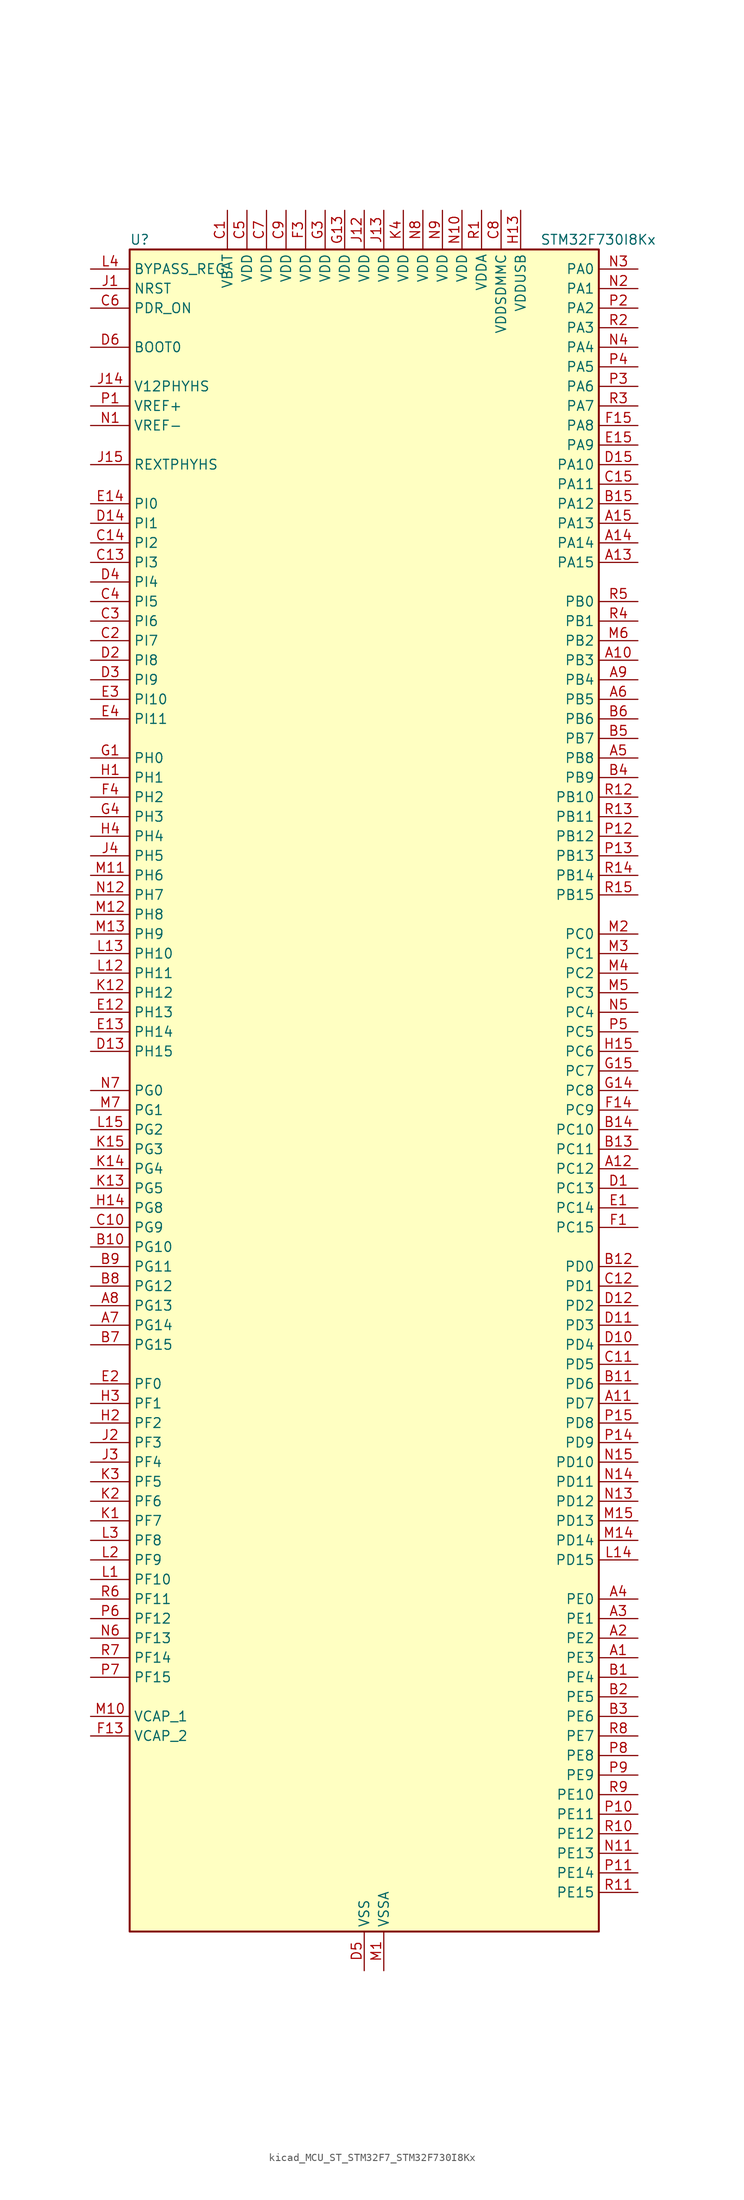
<source format=kicad_sym>
(kicad_symbol_lib
  (version 20220914)
  (generator kicad_symbol_editor)
  (symbol "kicad_MCU_ST_STM32F7_STM32F730I8Kx"
    (property "Reference" "U"
      (at -30.48 110.49 0)
      (effects (font (size 1.27 1.27)) (justify left)))
    (property "Value" "STM32F730I8Kx"
      (at 22.86 110.49 0)
      (effects (font (size 1.27 1.27)) (justify left)))
    (property "ki_locked" ""
      (at 0 0 0)
      (effects (font (size 1.27 1.27))))
    (symbol "kicad_MCU_ST_STM32F7_STM32F730I8Kx_0_1"
      (rectangle (start -30.48 -109.22) (end 30.48 109.22) (stroke (width 0.254) (type default)) (fill (type background))))
    (symbol "kicad_MCU_ST_STM32F7_STM32F730I8Kx_1_1"
      (pin bidirectional line (at 35.56 -73.66 180) (length 5.08) (name "PE3" (effects (font (size 1.27 1.27)))) (number "A1" (effects (font (size 1.27 1.27)))) (alternate "FMC_A19" bidirectional line) (alternate "SAI1_SD_B" bidirectional line) (alternate "SYS_TRACED0" bidirectional line))
      (pin bidirectional line (at 35.56 55.88 180) (length 5.08) (name "PB3" (effects (font (size 1.27 1.27)))) (number "A10" (effects (font (size 1.27 1.27)))) (alternate "I2S1_CK" bidirectional line) (alternate "I2S3_CK" bidirectional line) (alternate "SDMMC2_D2" bidirectional line) (alternate "SPI1_SCK" bidirectional line) (alternate "SPI3_SCK" bidirectional line) (alternate "SYS_JTDO-SWO" bidirectional line) (alternate "TIM2_CH2" bidirectional line))
      (pin bidirectional line (at 35.56 -40.64 180) (length 5.08) (name "PD7" (effects (font (size 1.27 1.27)))) (number "A11" (effects (font (size 1.27 1.27)))) (alternate "FMC_NE1" bidirectional line) (alternate "SDMMC2_CMD" bidirectional line) (alternate "USART2_CK" bidirectional line))
      (pin bidirectional line (at 35.56 -10.16 180) (length 5.08) (name "PC12" (effects (font (size 1.27 1.27)))) (number "A12" (effects (font (size 1.27 1.27)))) (alternate "I2S3_SD" bidirectional line) (alternate "SDMMC1_CK" bidirectional line) (alternate "SPI3_MOSI" bidirectional line) (alternate "SYS_TRACED3" bidirectional line) (alternate "UART5_TX" bidirectional line) (alternate "USART3_CK" bidirectional line))
      (pin bidirectional line (at 35.56 68.58 180) (length 5.08) (name "PA15" (effects (font (size 1.27 1.27)))) (number "A13" (effects (font (size 1.27 1.27)))) (alternate "I2S1_WS" bidirectional line) (alternate "I2S3_WS" bidirectional line) (alternate "SPI1_NSS" bidirectional line) (alternate "SPI3_NSS" bidirectional line) (alternate "SYS_JTDI" bidirectional line) (alternate "TIM2_CH1" bidirectional line) (alternate "TIM2_ETR" bidirectional line) (alternate "UART4_DE" bidirectional line) (alternate "UART4_RTS" bidirectional line))
      (pin bidirectional line (at 35.56 71.12 180) (length 5.08) (name "PA14" (effects (font (size 1.27 1.27)))) (number "A14" (effects (font (size 1.27 1.27)))) (alternate "SYS_JTCK-SWCLK" bidirectional line))
      (pin bidirectional line (at 35.56 73.66 180) (length 5.08) (name "PA13" (effects (font (size 1.27 1.27)))) (number "A15" (effects (font (size 1.27 1.27)))) (alternate "SYS_JTMS-SWDIO" bidirectional line))
      (pin bidirectional line (at 35.56 -71.12 180) (length 5.08) (name "PE2" (effects (font (size 1.27 1.27)))) (number "A2" (effects (font (size 1.27 1.27)))) (alternate "FMC_A23" bidirectional line) (alternate "QUADSPI_BK1_IO2" bidirectional line) (alternate "SAI1_MCLK_A" bidirectional line) (alternate "SPI4_SCK" bidirectional line) (alternate "SYS_TRACECLK" bidirectional line))
      (pin bidirectional line (at 35.56 -68.58 180) (length 5.08) (name "PE1" (effects (font (size 1.27 1.27)))) (number "A3" (effects (font (size 1.27 1.27)))) (alternate "FMC_NBL1" bidirectional line) (alternate "LPTIM1_IN2" bidirectional line) (alternate "UART8_TX" bidirectional line))
      (pin bidirectional line (at 35.56 -66.04 180) (length 5.08) (name "PE0" (effects (font (size 1.27 1.27)))) (number "A4" (effects (font (size 1.27 1.27)))) (alternate "FMC_NBL0" bidirectional line) (alternate "LPTIM1_ETR" bidirectional line) (alternate "SAI2_MCLK_A" bidirectional line) (alternate "TIM4_ETR" bidirectional line) (alternate "UART8_RX" bidirectional line))
      (pin bidirectional line (at 35.56 43.18 180) (length 5.08) (name "PB8" (effects (font (size 1.27 1.27)))) (number "A5" (effects (font (size 1.27 1.27)))) (alternate "CAN1_RX" bidirectional line) (alternate "I2C1_SCL" bidirectional line) (alternate "SDMMC1_D4" bidirectional line) (alternate "SDMMC2_D4" bidirectional line) (alternate "TIM10_CH1" bidirectional line) (alternate "TIM4_CH3" bidirectional line))
      (pin bidirectional line (at 35.56 50.8 180) (length 5.08) (name "PB5" (effects (font (size 1.27 1.27)))) (number "A6" (effects (font (size 1.27 1.27)))) (alternate "FMC_SDCKE1" bidirectional line) (alternate "I2C1_SMBA" bidirectional line) (alternate "I2S1_SD" bidirectional line) (alternate "I2S3_SD" bidirectional line) (alternate "SPI1_MOSI" bidirectional line) (alternate "SPI3_MOSI" bidirectional line) (alternate "TIM3_CH2" bidirectional line))
      (pin bidirectional line (at -35.56 -30.48 0) (length 5.08) (name "PG14" (effects (font (size 1.27 1.27)))) (number "A7" (effects (font (size 1.27 1.27)))) (alternate "FMC_A25" bidirectional line) (alternate "LPTIM1_ETR" bidirectional line) (alternate "QUADSPI_BK2_IO3" bidirectional line) (alternate "SYS_TRACED1" bidirectional line) (alternate "USART6_TX" bidirectional line))
      (pin bidirectional line (at -35.56 -27.94 0) (length 5.08) (name "PG13" (effects (font (size 1.27 1.27)))) (number "A8" (effects (font (size 1.27 1.27)))) (alternate "FMC_A24" bidirectional line) (alternate "LPTIM1_OUT" bidirectional line) (alternate "SYS_TRACED0" bidirectional line) (alternate "USART6_CTS" bidirectional line))
      (pin bidirectional line (at 35.56 53.34 180) (length 5.08) (name "PB4" (effects (font (size 1.27 1.27)))) (number "A9" (effects (font (size 1.27 1.27)))) (alternate "I2S2_WS" bidirectional line) (alternate "SDMMC2_D3" bidirectional line) (alternate "SPI1_MISO" bidirectional line) (alternate "SPI2_NSS" bidirectional line) (alternate "SPI3_MISO" bidirectional line) (alternate "SYS_JTRST" bidirectional line) (alternate "TIM3_CH1" bidirectional line))
      (pin bidirectional line (at 35.56 -76.2 180) (length 5.08) (name "PE4" (effects (font (size 1.27 1.27)))) (number "B1" (effects (font (size 1.27 1.27)))) (alternate "FMC_A20" bidirectional line) (alternate "SAI1_FS_A" bidirectional line) (alternate "SPI4_NSS" bidirectional line) (alternate "SYS_TRACED1" bidirectional line))
      (pin bidirectional line (at -35.56 -20.32 0) (length 5.08) (name "PG10" (effects (font (size 1.27 1.27)))) (number "B10" (effects (font (size 1.27 1.27)))) (alternate "FMC_NE3" bidirectional line) (alternate "SAI2_SD_B" bidirectional line) (alternate "SDMMC2_D1" bidirectional line))
      (pin bidirectional line (at 35.56 -38.1 180) (length 5.08) (name "PD6" (effects (font (size 1.27 1.27)))) (number "B11" (effects (font (size 1.27 1.27)))) (alternate "FMC_NWAIT" bidirectional line) (alternate "I2S3_SD" bidirectional line) (alternate "SAI1_SD_A" bidirectional line) (alternate "SDMMC2_CK" bidirectional line) (alternate "SPI3_MOSI" bidirectional line) (alternate "USART2_RX" bidirectional line))
      (pin bidirectional line (at 35.56 -22.86 180) (length 5.08) (name "PD0" (effects (font (size 1.27 1.27)))) (number "B12" (effects (font (size 1.27 1.27)))) (alternate "CAN1_RX" bidirectional line) (alternate "FMC_D2" bidirectional line) (alternate "FMC_DA2" bidirectional line))
      (pin bidirectional line (at 35.56 -7.62 180) (length 5.08) (name "PC11" (effects (font (size 1.27 1.27)))) (number "B13" (effects (font (size 1.27 1.27)))) (alternate "ADC1_EXTI11" bidirectional line) (alternate "ADC2_EXTI11" bidirectional line) (alternate "ADC3_EXTI11" bidirectional line) (alternate "QUADSPI_BK2_NCS" bidirectional line) (alternate "SDMMC1_D3" bidirectional line) (alternate "SPI3_MISO" bidirectional line) (alternate "UART4_RX" bidirectional line) (alternate "USART3_RX" bidirectional line))
      (pin bidirectional line (at 35.56 -5.08 180) (length 5.08) (name "PC10" (effects (font (size 1.27 1.27)))) (number "B14" (effects (font (size 1.27 1.27)))) (alternate "I2S3_CK" bidirectional line) (alternate "QUADSPI_BK1_IO1" bidirectional line) (alternate "SDMMC1_D2" bidirectional line) (alternate "SPI3_SCK" bidirectional line) (alternate "UART4_TX" bidirectional line) (alternate "USART3_TX" bidirectional line))
      (pin bidirectional line (at 35.56 76.2 180) (length 5.08) (name "PA12" (effects (font (size 1.27 1.27)))) (number "B15" (effects (font (size 1.27 1.27)))) (alternate "CAN1_TX" bidirectional line) (alternate "SAI2_FS_B" bidirectional line) (alternate "TIM1_ETR" bidirectional line) (alternate "USART1_DE" bidirectional line) (alternate "USART1_RTS" bidirectional line) (alternate "USB_OTG_FS_DP" bidirectional line))
      (pin bidirectional line (at 35.56 -78.74 180) (length 5.08) (name "PE5" (effects (font (size 1.27 1.27)))) (number "B2" (effects (font (size 1.27 1.27)))) (alternate "FMC_A21" bidirectional line) (alternate "SAI1_SCK_A" bidirectional line) (alternate "SPI4_MISO" bidirectional line) (alternate "SYS_TRACED2" bidirectional line) (alternate "TIM9_CH1" bidirectional line))
      (pin bidirectional line (at 35.56 -81.28 180) (length 5.08) (name "PE6" (effects (font (size 1.27 1.27)))) (number "B3" (effects (font (size 1.27 1.27)))) (alternate "FMC_A22" bidirectional line) (alternate "SAI1_SD_A" bidirectional line) (alternate "SAI2_MCLK_B" bidirectional line) (alternate "SPI4_MOSI" bidirectional line) (alternate "SYS_TRACED3" bidirectional line) (alternate "TIM1_BKIN2" bidirectional line) (alternate "TIM9_CH2" bidirectional line))
      (pin bidirectional line (at 35.56 40.64 180) (length 5.08) (name "PB9" (effects (font (size 1.27 1.27)))) (number "B4" (effects (font (size 1.27 1.27)))) (alternate "CAN1_TX" bidirectional line) (alternate "DAC_EXTI9" bidirectional line) (alternate "I2C1_SDA" bidirectional line) (alternate "I2S2_WS" bidirectional line) (alternate "SDMMC1_D5" bidirectional line) (alternate "SDMMC2_D5" bidirectional line) (alternate "SPI2_NSS" bidirectional line) (alternate "TIM11_CH1" bidirectional line) (alternate "TIM4_CH4" bidirectional line))
      (pin bidirectional line (at 35.56 45.72 180) (length 5.08) (name "PB7" (effects (font (size 1.27 1.27)))) (number "B5" (effects (font (size 1.27 1.27)))) (alternate "FMC_NL" bidirectional line) (alternate "I2C1_SDA" bidirectional line) (alternate "TIM4_CH2" bidirectional line) (alternate "USART1_RX" bidirectional line))
      (pin bidirectional line (at 35.56 48.26 180) (length 5.08) (name "PB6" (effects (font (size 1.27 1.27)))) (number "B6" (effects (font (size 1.27 1.27)))) (alternate "FMC_SDNE1" bidirectional line) (alternate "I2C1_SCL" bidirectional line) (alternate "QUADSPI_BK1_NCS" bidirectional line) (alternate "TIM4_CH1" bidirectional line) (alternate "USART1_TX" bidirectional line))
      (pin bidirectional line (at -35.56 -33.02 0) (length 5.08) (name "PG15" (effects (font (size 1.27 1.27)))) (number "B7" (effects (font (size 1.27 1.27)))) (alternate "FMC_SDNCAS" bidirectional line) (alternate "USART6_CTS" bidirectional line))
      (pin bidirectional line (at -35.56 -25.4 0) (length 5.08) (name "PG12" (effects (font (size 1.27 1.27)))) (number "B8" (effects (font (size 1.27 1.27)))) (alternate "FMC_NE4" bidirectional line) (alternate "LPTIM1_IN1" bidirectional line) (alternate "SDMMC2_D3" bidirectional line) (alternate "USART6_DE" bidirectional line) (alternate "USART6_RTS" bidirectional line))
      (pin bidirectional line (at -35.56 -22.86 0) (length 5.08) (name "PG11" (effects (font (size 1.27 1.27)))) (number "B9" (effects (font (size 1.27 1.27)))) (alternate "ADC1_EXTI11" bidirectional line) (alternate "ADC2_EXTI11" bidirectional line) (alternate "ADC3_EXTI11" bidirectional line) (alternate "FMC_INT" bidirectional line) (alternate "SDMMC2_D2" bidirectional line))
      (pin power_in line (at -17.78 114.3 270) (length 5.08) (name "VBAT" (effects (font (size 1.27 1.27)))) (number "C1" (effects (font (size 1.27 1.27)))))
      (pin bidirectional line (at -35.56 -17.78 0) (length 5.08) (name "PG9" (effects (font (size 1.27 1.27)))) (number "C10" (effects (font (size 1.27 1.27)))) (alternate "DAC_EXTI9" bidirectional line) (alternate "FMC_NCE" bidirectional line) (alternate "FMC_NE2" bidirectional line) (alternate "QUADSPI_BK2_IO2" bidirectional line) (alternate "SAI2_FS_B" bidirectional line) (alternate "SDMMC2_D0" bidirectional line) (alternate "USART6_RX" bidirectional line))
      (pin bidirectional line (at 35.56 -35.56 180) (length 5.08) (name "PD5" (effects (font (size 1.27 1.27)))) (number "C11" (effects (font (size 1.27 1.27)))) (alternate "FMC_NWE" bidirectional line) (alternate "USART2_TX" bidirectional line))
      (pin bidirectional line (at 35.56 -25.4 180) (length 5.08) (name "PD1" (effects (font (size 1.27 1.27)))) (number "C12" (effects (font (size 1.27 1.27)))) (alternate "CAN1_TX" bidirectional line) (alternate "FMC_D3" bidirectional line) (alternate "FMC_DA3" bidirectional line))
      (pin bidirectional line (at -35.56 68.58 0) (length 5.08) (name "PI3" (effects (font (size 1.27 1.27)))) (number "C13" (effects (font (size 1.27 1.27)))) (alternate "FMC_D27" bidirectional line) (alternate "I2S2_SD" bidirectional line) (alternate "SPI2_MOSI" bidirectional line) (alternate "TIM8_ETR" bidirectional line))
      (pin bidirectional line (at -35.56 71.12 0) (length 5.08) (name "PI2" (effects (font (size 1.27 1.27)))) (number "C14" (effects (font (size 1.27 1.27)))) (alternate "FMC_D26" bidirectional line) (alternate "SPI2_MISO" bidirectional line) (alternate "TIM8_CH4" bidirectional line))
      (pin bidirectional line (at 35.56 78.74 180) (length 5.08) (name "PA11" (effects (font (size 1.27 1.27)))) (number "C15" (effects (font (size 1.27 1.27)))) (alternate "ADC1_EXTI11" bidirectional line) (alternate "ADC2_EXTI11" bidirectional line) (alternate "ADC3_EXTI11" bidirectional line) (alternate "CAN1_RX" bidirectional line) (alternate "TIM1_CH4" bidirectional line) (alternate "USART1_CTS" bidirectional line) (alternate "USB_OTG_FS_DM" bidirectional line))
      (pin bidirectional line (at -35.56 58.42 0) (length 5.08) (name "PI7" (effects (font (size 1.27 1.27)))) (number "C2" (effects (font (size 1.27 1.27)))) (alternate "FMC_D29" bidirectional line) (alternate "SAI2_FS_A" bidirectional line) (alternate "TIM8_CH3" bidirectional line))
      (pin bidirectional line (at -35.56 60.96 0) (length 5.08) (name "PI6" (effects (font (size 1.27 1.27)))) (number "C3" (effects (font (size 1.27 1.27)))) (alternate "FMC_D28" bidirectional line) (alternate "SAI2_SD_A" bidirectional line) (alternate "TIM8_CH2" bidirectional line))
      (pin bidirectional line (at -35.56 63.5 0) (length 5.08) (name "PI5" (effects (font (size 1.27 1.27)))) (number "C4" (effects (font (size 1.27 1.27)))) (alternate "FMC_NBL3" bidirectional line) (alternate "SAI2_SCK_A" bidirectional line) (alternate "TIM8_CH1" bidirectional line))
      (pin power_in line (at -15.24 114.3 270) (length 5.08) (name "VDD" (effects (font (size 1.27 1.27)))) (number "C5" (effects (font (size 1.27 1.27)))))
      (pin input line (at -35.56 101.6 0) (length 5.08) (name "PDR_ON" (effects (font (size 1.27 1.27)))) (number "C6" (effects (font (size 1.27 1.27)))))
      (pin power_in line (at -12.7 114.3 270) (length 5.08) (name "VDD" (effects (font (size 1.27 1.27)))) (number "C7" (effects (font (size 1.27 1.27)))))
      (pin power_in line (at 17.78 114.3 270) (length 5.08) (name "VDDSDMMC" (effects (font (size 1.27 1.27)))) (number "C8" (effects (font (size 1.27 1.27)))))
      (pin power_in line (at -10.16 114.3 270) (length 5.08) (name "VDD" (effects (font (size 1.27 1.27)))) (number "C9" (effects (font (size 1.27 1.27)))))
      (pin bidirectional line (at 35.56 -12.7 180) (length 5.08) (name "PC13" (effects (font (size 1.27 1.27)))) (number "D1" (effects (font (size 1.27 1.27)))) (alternate "RTC_OUT" bidirectional line) (alternate "RTC_TAMP1" bidirectional line) (alternate "RTC_TS" bidirectional line) (alternate "SYS_WKUP4" bidirectional line))
      (pin bidirectional line (at 35.56 -33.02 180) (length 5.08) (name "PD4" (effects (font (size 1.27 1.27)))) (number "D10" (effects (font (size 1.27 1.27)))) (alternate "FMC_NOE" bidirectional line) (alternate "USART2_DE" bidirectional line) (alternate "USART2_RTS" bidirectional line))
      (pin bidirectional line (at 35.56 -30.48 180) (length 5.08) (name "PD3" (effects (font (size 1.27 1.27)))) (number "D11" (effects (font (size 1.27 1.27)))) (alternate "FMC_CLK" bidirectional line) (alternate "I2S2_CK" bidirectional line) (alternate "SPI2_SCK" bidirectional line) (alternate "USART2_CTS" bidirectional line))
      (pin bidirectional line (at 35.56 -27.94 180) (length 5.08) (name "PD2" (effects (font (size 1.27 1.27)))) (number "D12" (effects (font (size 1.27 1.27)))) (alternate "SDMMC1_CMD" bidirectional line) (alternate "SYS_TRACED2" bidirectional line) (alternate "TIM3_ETR" bidirectional line) (alternate "UART5_RX" bidirectional line))
      (pin bidirectional line (at -35.56 5.08 0) (length 5.08) (name "PH15" (effects (font (size 1.27 1.27)))) (number "D13" (effects (font (size 1.27 1.27)))) (alternate "FMC_D23" bidirectional line) (alternate "TIM8_CH3N" bidirectional line))
      (pin bidirectional line (at -35.56 73.66 0) (length 5.08) (name "PI1" (effects (font (size 1.27 1.27)))) (number "D14" (effects (font (size 1.27 1.27)))) (alternate "FMC_D25" bidirectional line) (alternate "I2S2_CK" bidirectional line) (alternate "SPI2_SCK" bidirectional line) (alternate "TIM8_BKIN2" bidirectional line))
      (pin bidirectional line (at 35.56 81.28 180) (length 5.08) (name "PA10" (effects (font (size 1.27 1.27)))) (number "D15" (effects (font (size 1.27 1.27)))) (alternate "TIM1_CH3" bidirectional line) (alternate "USART1_RX" bidirectional line) (alternate "USB_OTG_FS_ID" bidirectional line))
      (pin bidirectional line (at -35.56 55.88 0) (length 5.08) (name "PI8" (effects (font (size 1.27 1.27)))) (number "D2" (effects (font (size 1.27 1.27)))) (alternate "RTC_TAMP2" bidirectional line) (alternate "RTC_TS" bidirectional line) (alternate "SYS_WKUP5" bidirectional line))
      (pin bidirectional line (at -35.56 53.34 0) (length 5.08) (name "PI9" (effects (font (size 1.27 1.27)))) (number "D3" (effects (font (size 1.27 1.27)))) (alternate "CAN1_RX" bidirectional line) (alternate "DAC_EXTI9" bidirectional line) (alternate "FMC_D30" bidirectional line) (alternate "UART4_RX" bidirectional line))
      (pin bidirectional line (at -35.56 66.04 0) (length 5.08) (name "PI4" (effects (font (size 1.27 1.27)))) (number "D4" (effects (font (size 1.27 1.27)))) (alternate "FMC_NBL2" bidirectional line) (alternate "SAI2_MCLK_A" bidirectional line) (alternate "TIM8_BKIN" bidirectional line))
      (pin power_in line (at 0 -114.3 90) (length 5.08) (name "VSS" (effects (font (size 1.27 1.27)))) (number "D5" (effects (font (size 1.27 1.27)))))
      (pin input line (at -35.56 96.52 0) (length 5.08) (name "BOOT0" (effects (font (size 1.27 1.27)))) (number "D6" (effects (font (size 1.27 1.27)))))
      (pin passive line (at 0 -114.3 90) (length 5.08) hide (name "VSS" (effects (font (size 1.27 1.27)))) (number "D7" (effects (font (size 1.27 1.27)))))
      (pin passive line (at 0 -114.3 90) (length 5.08) hide (name "VSS" (effects (font (size 1.27 1.27)))) (number "D8" (effects (font (size 1.27 1.27)))))
      (pin passive line (at 0 -114.3 90) (length 5.08) hide (name "VSS" (effects (font (size 1.27 1.27)))) (number "D9" (effects (font (size 1.27 1.27)))))
      (pin bidirectional line (at 35.56 -15.24 180) (length 5.08) (name "PC14" (effects (font (size 1.27 1.27)))) (number "E1" (effects (font (size 1.27 1.27)))) (alternate "RCC_OSC32_IN" bidirectional line))
      (pin bidirectional line (at -35.56 10.16 0) (length 5.08) (name "PH13" (effects (font (size 1.27 1.27)))) (number "E12" (effects (font (size 1.27 1.27)))) (alternate "CAN1_TX" bidirectional line) (alternate "FMC_D21" bidirectional line) (alternate "TIM8_CH1N" bidirectional line) (alternate "UART4_TX" bidirectional line))
      (pin bidirectional line (at -35.56 7.62 0) (length 5.08) (name "PH14" (effects (font (size 1.27 1.27)))) (number "E13" (effects (font (size 1.27 1.27)))) (alternate "CAN1_RX" bidirectional line) (alternate "FMC_D22" bidirectional line) (alternate "TIM8_CH2N" bidirectional line) (alternate "UART4_RX" bidirectional line))
      (pin bidirectional line (at -35.56 76.2 0) (length 5.08) (name "PI0" (effects (font (size 1.27 1.27)))) (number "E14" (effects (font (size 1.27 1.27)))) (alternate "FMC_D24" bidirectional line) (alternate "I2S2_WS" bidirectional line) (alternate "SPI2_NSS" bidirectional line) (alternate "TIM5_CH4" bidirectional line))
      (pin bidirectional line (at 35.56 83.82 180) (length 5.08) (name "PA9" (effects (font (size 1.27 1.27)))) (number "E15" (effects (font (size 1.27 1.27)))) (alternate "DAC_EXTI9" bidirectional line) (alternate "I2C3_SMBA" bidirectional line) (alternate "I2S2_CK" bidirectional line) (alternate "SPI2_SCK" bidirectional line) (alternate "TIM1_CH2" bidirectional line) (alternate "USART1_TX" bidirectional line) (alternate "USB_OTG_FS_VBUS" bidirectional line))
      (pin bidirectional line (at -35.56 -38.1 0) (length 5.08) (name "PF0" (effects (font (size 1.27 1.27)))) (number "E2" (effects (font (size 1.27 1.27)))) (alternate "FMC_A0" bidirectional line) (alternate "I2C2_SDA" bidirectional line))
      (pin bidirectional line (at -35.56 50.8 0) (length 5.08) (name "PI10" (effects (font (size 1.27 1.27)))) (number "E3" (effects (font (size 1.27 1.27)))) (alternate "FMC_D31" bidirectional line))
      (pin bidirectional line (at -35.56 48.26 0) (length 5.08) (name "PI11" (effects (font (size 1.27 1.27)))) (number "E4" (effects (font (size 1.27 1.27)))) (alternate "ADC1_EXTI11" bidirectional line) (alternate "ADC2_EXTI11" bidirectional line) (alternate "ADC3_EXTI11" bidirectional line) (alternate "SYS_WKUP6" bidirectional line))
      (pin bidirectional line (at 35.56 -17.78 180) (length 5.08) (name "PC15" (effects (font (size 1.27 1.27)))) (number "F1" (effects (font (size 1.27 1.27)))) (alternate "RCC_OSC32_OUT" bidirectional line))
      (pin passive line (at 0 -114.3 90) (length 5.08) hide (name "VSS" (effects (font (size 1.27 1.27)))) (number "F10" (effects (font (size 1.27 1.27)))))
      (pin passive line (at 0 -114.3 90) (length 5.08) hide (name "VSS" (effects (font (size 1.27 1.27)))) (number "F12" (effects (font (size 1.27 1.27)))))
      (pin power_out line (at -35.56 -83.82 0) (length 5.08) (name "VCAP_2" (effects (font (size 1.27 1.27)))) (number "F13" (effects (font (size 1.27 1.27)))))
      (pin bidirectional line (at 35.56 -2.54 180) (length 5.08) (name "PC9" (effects (font (size 1.27 1.27)))) (number "F14" (effects (font (size 1.27 1.27)))) (alternate "DAC_EXTI9" bidirectional line) (alternate "I2C3_SDA" bidirectional line) (alternate "I2S_CKIN" bidirectional line) (alternate "QUADSPI_BK1_IO0" bidirectional line) (alternate "RCC_MCO_2" bidirectional line) (alternate "SDMMC1_D1" bidirectional line) (alternate "TIM3_CH4" bidirectional line) (alternate "TIM8_CH4" bidirectional line) (alternate "UART5_CTS" bidirectional line))
      (pin bidirectional line (at 35.56 86.36 180) (length 5.08) (name "PA8" (effects (font (size 1.27 1.27)))) (number "F15" (effects (font (size 1.27 1.27)))) (alternate "I2C3_SCL" bidirectional line) (alternate "RCC_MCO_1" bidirectional line) (alternate "TIM1_CH1" bidirectional line) (alternate "TIM8_BKIN2" bidirectional line) (alternate "USART1_CK" bidirectional line) (alternate "USB_OTG_FS_SOF" bidirectional line))
      (pin passive line (at 0 -114.3 90) (length 5.08) hide (name "VSS" (effects (font (size 1.27 1.27)))) (number "F2" (effects (font (size 1.27 1.27)))))
      (pin power_in line (at -7.62 114.3 270) (length 5.08) (name "VDD" (effects (font (size 1.27 1.27)))) (number "F3" (effects (font (size 1.27 1.27)))))
      (pin bidirectional line (at -35.56 38.1 0) (length 5.08) (name "PH2" (effects (font (size 1.27 1.27)))) (number "F4" (effects (font (size 1.27 1.27)))) (alternate "FMC_SDCKE0" bidirectional line) (alternate "LPTIM1_IN2" bidirectional line) (alternate "QUADSPI_BK2_IO0" bidirectional line) (alternate "SAI2_SCK_B" bidirectional line))
      (pin passive line (at 0 -114.3 90) (length 5.08) hide (name "VSS" (effects (font (size 1.27 1.27)))) (number "F6" (effects (font (size 1.27 1.27)))))
      (pin passive line (at 0 -114.3 90) (length 5.08) hide (name "VSS" (effects (font (size 1.27 1.27)))) (number "F7" (effects (font (size 1.27 1.27)))))
      (pin passive line (at 0 -114.3 90) (length 5.08) hide (name "VSS" (effects (font (size 1.27 1.27)))) (number "F8" (effects (font (size 1.27 1.27)))))
      (pin passive line (at 0 -114.3 90) (length 5.08) hide (name "VSS" (effects (font (size 1.27 1.27)))) (number "F9" (effects (font (size 1.27 1.27)))))
      (pin bidirectional line (at -35.56 43.18 0) (length 5.08) (name "PH0" (effects (font (size 1.27 1.27)))) (number "G1" (effects (font (size 1.27 1.27)))) (alternate "RCC_OSC_IN" bidirectional line))
      (pin passive line (at 0 -114.3 90) (length 5.08) hide (name "VSS" (effects (font (size 1.27 1.27)))) (number "G10" (effects (font (size 1.27 1.27)))))
      (pin passive line (at 0 -114.3 90) (length 5.08) hide (name "VSS" (effects (font (size 1.27 1.27)))) (number "G12" (effects (font (size 1.27 1.27)))))
      (pin power_in line (at -2.54 114.3 270) (length 5.08) (name "VDD" (effects (font (size 1.27 1.27)))) (number "G13" (effects (font (size 1.27 1.27)))))
      (pin bidirectional line (at 35.56 0 180) (length 5.08) (name "PC8" (effects (font (size 1.27 1.27)))) (number "G14" (effects (font (size 1.27 1.27)))) (alternate "SDMMC1_D0" bidirectional line) (alternate "SYS_TRACED1" bidirectional line) (alternate "TIM3_CH3" bidirectional line) (alternate "TIM8_CH3" bidirectional line) (alternate "UART5_DE" bidirectional line) (alternate "UART5_RTS" bidirectional line) (alternate "USART6_CK" bidirectional line))
      (pin bidirectional line (at 35.56 2.54 180) (length 5.08) (name "PC7" (effects (font (size 1.27 1.27)))) (number "G15" (effects (font (size 1.27 1.27)))) (alternate "I2S3_MCK" bidirectional line) (alternate "SDMMC1_D7" bidirectional line) (alternate "SDMMC2_D7" bidirectional line) (alternate "TIM3_CH2" bidirectional line) (alternate "TIM8_CH2" bidirectional line) (alternate "USART6_RX" bidirectional line))
      (pin passive line (at 0 -114.3 90) (length 5.08) hide (name "VSS" (effects (font (size 1.27 1.27)))) (number "G2" (effects (font (size 1.27 1.27)))))
      (pin power_in line (at -5.08 114.3 270) (length 5.08) (name "VDD" (effects (font (size 1.27 1.27)))) (number "G3" (effects (font (size 1.27 1.27)))))
      (pin bidirectional line (at -35.56 35.56 0) (length 5.08) (name "PH3" (effects (font (size 1.27 1.27)))) (number "G4" (effects (font (size 1.27 1.27)))) (alternate "FMC_SDNE0" bidirectional line) (alternate "QUADSPI_BK2_IO1" bidirectional line) (alternate "SAI2_MCLK_B" bidirectional line))
      (pin passive line (at 0 -114.3 90) (length 5.08) hide (name "VSS" (effects (font (size 1.27 1.27)))) (number "G6" (effects (font (size 1.27 1.27)))))
      (pin passive line (at 0 -114.3 90) (length 5.08) hide (name "VSS" (effects (font (size 1.27 1.27)))) (number "G7" (effects (font (size 1.27 1.27)))))
      (pin passive line (at 0 -114.3 90) (length 5.08) hide (name "VSS" (effects (font (size 1.27 1.27)))) (number "G8" (effects (font (size 1.27 1.27)))))
      (pin passive line (at 0 -114.3 90) (length 5.08) hide (name "VSS" (effects (font (size 1.27 1.27)))) (number "G9" (effects (font (size 1.27 1.27)))))
      (pin bidirectional line (at -35.56 40.64 0) (length 5.08) (name "PH1" (effects (font (size 1.27 1.27)))) (number "H1" (effects (font (size 1.27 1.27)))) (alternate "RCC_OSC_OUT" bidirectional line))
      (pin passive line (at 0 -114.3 90) (length 5.08) hide (name "VSS" (effects (font (size 1.27 1.27)))) (number "H10" (effects (font (size 1.27 1.27)))))
      (pin passive line (at 0 -114.3 90) (length 5.08) hide (name "VSS" (effects (font (size 1.27 1.27)))) (number "H12" (effects (font (size 1.27 1.27)))))
      (pin power_in line (at 20.32 114.3 270) (length 5.08) (name "VDDUSB" (effects (font (size 1.27 1.27)))) (number "H13" (effects (font (size 1.27 1.27)))))
      (pin bidirectional line (at -35.56 -15.24 0) (length 5.08) (name "PG8" (effects (font (size 1.27 1.27)))) (number "H14" (effects (font (size 1.27 1.27)))) (alternate "FMC_SDCLK" bidirectional line) (alternate "USART6_DE" bidirectional line) (alternate "USART6_RTS" bidirectional line))
      (pin bidirectional line (at 35.56 5.08 180) (length 5.08) (name "PC6" (effects (font (size 1.27 1.27)))) (number "H15" (effects (font (size 1.27 1.27)))) (alternate "I2S2_MCK" bidirectional line) (alternate "SDMMC1_D6" bidirectional line) (alternate "SDMMC2_D6" bidirectional line) (alternate "TIM3_CH1" bidirectional line) (alternate "TIM8_CH1" bidirectional line) (alternate "USART6_TX" bidirectional line))
      (pin bidirectional line (at -35.56 -43.18 0) (length 5.08) (name "PF2" (effects (font (size 1.27 1.27)))) (number "H2" (effects (font (size 1.27 1.27)))) (alternate "FMC_A2" bidirectional line) (alternate "I2C2_SMBA" bidirectional line))
      (pin bidirectional line (at -35.56 -40.64 0) (length 5.08) (name "PF1" (effects (font (size 1.27 1.27)))) (number "H3" (effects (font (size 1.27 1.27)))) (alternate "FMC_A1" bidirectional line) (alternate "I2C2_SCL" bidirectional line))
      (pin bidirectional line (at -35.56 33.02 0) (length 5.08) (name "PH4" (effects (font (size 1.27 1.27)))) (number "H4" (effects (font (size 1.27 1.27)))) (alternate "I2C2_SCL" bidirectional line))
      (pin passive line (at 0 -114.3 90) (length 5.08) hide (name "VSS" (effects (font (size 1.27 1.27)))) (number "H6" (effects (font (size 1.27 1.27)))))
      (pin passive line (at 0 -114.3 90) (length 5.08) hide (name "VSS" (effects (font (size 1.27 1.27)))) (number "H7" (effects (font (size 1.27 1.27)))))
      (pin passive line (at 0 -114.3 90) (length 5.08) hide (name "VSS" (effects (font (size 1.27 1.27)))) (number "H8" (effects (font (size 1.27 1.27)))))
      (pin passive line (at 0 -114.3 90) (length 5.08) hide (name "VSS" (effects (font (size 1.27 1.27)))) (number "H9" (effects (font (size 1.27 1.27)))))
      (pin input line (at -35.56 104.14 0) (length 5.08) (name "NRST" (effects (font (size 1.27 1.27)))) (number "J1" (effects (font (size 1.27 1.27)))))
      (pin passive line (at 0 -114.3 90) (length 5.08) hide (name "VSS" (effects (font (size 1.27 1.27)))) (number "J10" (effects (font (size 1.27 1.27)))))
      (pin power_in line (at 0 114.3 270) (length 5.08) (name "VDD" (effects (font (size 1.27 1.27)))) (number "J12" (effects (font (size 1.27 1.27)))))
      (pin power_in line (at 2.54 114.3 270) (length 5.08) (name "VDD" (effects (font (size 1.27 1.27)))) (number "J13" (effects (font (size 1.27 1.27)))))
      (pin power_in line (at -35.56 91.44 0) (length 5.08) (name "V12PHYHS" (effects (font (size 1.27 1.27)))) (number "J14" (effects (font (size 1.27 1.27)))))
      (pin bidirectional line (at -35.56 81.28 0) (length 5.08) (name "REXTPHYHS" (effects (font (size 1.27 1.27)))) (number "J15" (effects (font (size 1.27 1.27)))) (alternate "USB_OTG_HS_REXTPHYHS" bidirectional line))
      (pin bidirectional line (at -35.56 -45.72 0) (length 5.08) (name "PF3" (effects (font (size 1.27 1.27)))) (number "J2" (effects (font (size 1.27 1.27)))) (alternate "ADC3_IN9" bidirectional line) (alternate "FMC_A3" bidirectional line))
      (pin bidirectional line (at -35.56 -48.26 0) (length 5.08) (name "PF4" (effects (font (size 1.27 1.27)))) (number "J3" (effects (font (size 1.27 1.27)))) (alternate "ADC3_IN14" bidirectional line) (alternate "FMC_A4" bidirectional line))
      (pin bidirectional line (at -35.56 30.48 0) (length 5.08) (name "PH5" (effects (font (size 1.27 1.27)))) (number "J4" (effects (font (size 1.27 1.27)))) (alternate "FMC_SDNWE" bidirectional line) (alternate "I2C2_SDA" bidirectional line) (alternate "SPI5_NSS" bidirectional line))
      (pin passive line (at 0 -114.3 90) (length 5.08) hide (name "VSS" (effects (font (size 1.27 1.27)))) (number "J6" (effects (font (size 1.27 1.27)))))
      (pin passive line (at 0 -114.3 90) (length 5.08) hide (name "VSS" (effects (font (size 1.27 1.27)))) (number "J7" (effects (font (size 1.27 1.27)))))
      (pin passive line (at 0 -114.3 90) (length 5.08) hide (name "VSS" (effects (font (size 1.27 1.27)))) (number "J8" (effects (font (size 1.27 1.27)))))
      (pin passive line (at 0 -114.3 90) (length 5.08) hide (name "VSS" (effects (font (size 1.27 1.27)))) (number "J9" (effects (font (size 1.27 1.27)))))
      (pin bidirectional line (at -35.56 -55.88 0) (length 5.08) (name "PF7" (effects (font (size 1.27 1.27)))) (number "K1" (effects (font (size 1.27 1.27)))) (alternate "ADC3_IN5" bidirectional line) (alternate "QUADSPI_BK1_IO2" bidirectional line) (alternate "SAI1_MCLK_B" bidirectional line) (alternate "SPI5_SCK" bidirectional line) (alternate "TIM11_CH1" bidirectional line) (alternate "UART7_TX" bidirectional line))
      (pin passive line (at 0 -114.3 90) (length 5.08) hide (name "VSS" (effects (font (size 1.27 1.27)))) (number "K10" (effects (font (size 1.27 1.27)))))
      (pin bidirectional line (at -35.56 12.7 0) (length 5.08) (name "PH12" (effects (font (size 1.27 1.27)))) (number "K12" (effects (font (size 1.27 1.27)))) (alternate "FMC_D20" bidirectional line) (alternate "TIM5_CH3" bidirectional line))
      (pin bidirectional line (at -35.56 -12.7 0) (length 5.08) (name "PG5" (effects (font (size 1.27 1.27)))) (number "K13" (effects (font (size 1.27 1.27)))) (alternate "FMC_A15" bidirectional line) (alternate "FMC_BA1" bidirectional line))
      (pin bidirectional line (at -35.56 -10.16 0) (length 5.08) (name "PG4" (effects (font (size 1.27 1.27)))) (number "K14" (effects (font (size 1.27 1.27)))) (alternate "FMC_A14" bidirectional line) (alternate "FMC_BA0" bidirectional line))
      (pin bidirectional line (at -35.56 -7.62 0) (length 5.08) (name "PG3" (effects (font (size 1.27 1.27)))) (number "K15" (effects (font (size 1.27 1.27)))) (alternate "FMC_A13" bidirectional line))
      (pin bidirectional line (at -35.56 -53.34 0) (length 5.08) (name "PF6" (effects (font (size 1.27 1.27)))) (number "K2" (effects (font (size 1.27 1.27)))) (alternate "ADC3_IN4" bidirectional line) (alternate "QUADSPI_BK1_IO3" bidirectional line) (alternate "SAI1_SD_B" bidirectional line) (alternate "SPI5_NSS" bidirectional line) (alternate "TIM10_CH1" bidirectional line) (alternate "UART7_RX" bidirectional line))
      (pin bidirectional line (at -35.56 -50.8 0) (length 5.08) (name "PF5" (effects (font (size 1.27 1.27)))) (number "K3" (effects (font (size 1.27 1.27)))) (alternate "ADC3_IN15" bidirectional line) (alternate "FMC_A5" bidirectional line))
      (pin power_in line (at 5.08 114.3 270) (length 5.08) (name "VDD" (effects (font (size 1.27 1.27)))) (number "K4" (effects (font (size 1.27 1.27)))))
      (pin passive line (at 0 -114.3 90) (length 5.08) hide (name "VSS" (effects (font (size 1.27 1.27)))) (number "K6" (effects (font (size 1.27 1.27)))))
      (pin passive line (at 0 -114.3 90) (length 5.08) hide (name "VSS" (effects (font (size 1.27 1.27)))) (number "K7" (effects (font (size 1.27 1.27)))))
      (pin passive line (at 0 -114.3 90) (length 5.08) hide (name "VSS" (effects (font (size 1.27 1.27)))) (number "K8" (effects (font (size 1.27 1.27)))))
      (pin passive line (at 0 -114.3 90) (length 5.08) hide (name "VSS" (effects (font (size 1.27 1.27)))) (number "K9" (effects (font (size 1.27 1.27)))))
      (pin bidirectional line (at -35.56 -63.5 0) (length 5.08) (name "PF10" (effects (font (size 1.27 1.27)))) (number "L1" (effects (font (size 1.27 1.27)))) (alternate "ADC3_IN8" bidirectional line))
      (pin bidirectional line (at -35.56 15.24 0) (length 5.08) (name "PH11" (effects (font (size 1.27 1.27)))) (number "L12" (effects (font (size 1.27 1.27)))) (alternate "ADC1_EXTI11" bidirectional line) (alternate "ADC2_EXTI11" bidirectional line) (alternate "ADC3_EXTI11" bidirectional line) (alternate "FMC_D19" bidirectional line) (alternate "TIM5_CH2" bidirectional line))
      (pin bidirectional line (at -35.56 17.78 0) (length 5.08) (name "PH10" (effects (font (size 1.27 1.27)))) (number "L13" (effects (font (size 1.27 1.27)))) (alternate "FMC_D18" bidirectional line) (alternate "TIM5_CH1" bidirectional line))
      (pin bidirectional line (at 35.56 -60.96 180) (length 5.08) (name "PD15" (effects (font (size 1.27 1.27)))) (number "L14" (effects (font (size 1.27 1.27)))) (alternate "FMC_D1" bidirectional line) (alternate "FMC_DA1" bidirectional line) (alternate "TIM4_CH4" bidirectional line) (alternate "UART8_DE" bidirectional line) (alternate "UART8_RTS" bidirectional line))
      (pin bidirectional line (at -35.56 -5.08 0) (length 5.08) (name "PG2" (effects (font (size 1.27 1.27)))) (number "L15" (effects (font (size 1.27 1.27)))) (alternate "FMC_A12" bidirectional line))
      (pin bidirectional line (at -35.56 -60.96 0) (length 5.08) (name "PF9" (effects (font (size 1.27 1.27)))) (number "L2" (effects (font (size 1.27 1.27)))) (alternate "ADC3_IN7" bidirectional line) (alternate "DAC_EXTI9" bidirectional line) (alternate "QUADSPI_BK1_IO1" bidirectional line) (alternate "SAI1_FS_B" bidirectional line) (alternate "SPI5_MOSI" bidirectional line) (alternate "TIM14_CH1" bidirectional line) (alternate "UART7_CTS" bidirectional line))
      (pin bidirectional line (at -35.56 -58.42 0) (length 5.08) (name "PF8" (effects (font (size 1.27 1.27)))) (number "L3" (effects (font (size 1.27 1.27)))) (alternate "ADC3_IN6" bidirectional line) (alternate "QUADSPI_BK1_IO0" bidirectional line) (alternate "SAI1_SCK_B" bidirectional line) (alternate "SPI5_MISO" bidirectional line) (alternate "TIM13_CH1" bidirectional line) (alternate "UART7_DE" bidirectional line) (alternate "UART7_RTS" bidirectional line))
      (pin input line (at -35.56 106.68 0) (length 5.08) (name "BYPASS_REG" (effects (font (size 1.27 1.27)))) (number "L4" (effects (font (size 1.27 1.27)))))
      (pin power_in line (at 2.54 -114.3 90) (length 5.08) (name "VSSA" (effects (font (size 1.27 1.27)))) (number "M1" (effects (font (size 1.27 1.27)))))
      (pin power_out line (at -35.56 -81.28 0) (length 5.08) (name "VCAP_1" (effects (font (size 1.27 1.27)))) (number "M10" (effects (font (size 1.27 1.27)))))
      (pin bidirectional line (at -35.56 27.94 0) (length 5.08) (name "PH6" (effects (font (size 1.27 1.27)))) (number "M11" (effects (font (size 1.27 1.27)))) (alternate "FMC_SDNE1" bidirectional line) (alternate "I2C2_SMBA" bidirectional line) (alternate "SPI5_SCK" bidirectional line) (alternate "TIM12_CH1" bidirectional line))
      (pin bidirectional line (at -35.56 22.86 0) (length 5.08) (name "PH8" (effects (font (size 1.27 1.27)))) (number "M12" (effects (font (size 1.27 1.27)))) (alternate "FMC_D16" bidirectional line) (alternate "I2C3_SDA" bidirectional line))
      (pin bidirectional line (at -35.56 20.32 0) (length 5.08) (name "PH9" (effects (font (size 1.27 1.27)))) (number "M13" (effects (font (size 1.27 1.27)))) (alternate "DAC_EXTI9" bidirectional line) (alternate "FMC_D17" bidirectional line) (alternate "I2C3_SMBA" bidirectional line) (alternate "TIM12_CH2" bidirectional line))
      (pin bidirectional line (at 35.56 -58.42 180) (length 5.08) (name "PD14" (effects (font (size 1.27 1.27)))) (number "M14" (effects (font (size 1.27 1.27)))) (alternate "FMC_D0" bidirectional line) (alternate "FMC_DA0" bidirectional line) (alternate "TIM4_CH3" bidirectional line) (alternate "UART8_CTS" bidirectional line))
      (pin bidirectional line (at 35.56 -55.88 180) (length 5.08) (name "PD13" (effects (font (size 1.27 1.27)))) (number "M15" (effects (font (size 1.27 1.27)))) (alternate "FMC_A18" bidirectional line) (alternate "LPTIM1_OUT" bidirectional line) (alternate "QUADSPI_BK1_IO3" bidirectional line) (alternate "SAI2_SCK_A" bidirectional line) (alternate "TIM4_CH2" bidirectional line))
      (pin bidirectional line (at 35.56 20.32 180) (length 5.08) (name "PC0" (effects (font (size 1.27 1.27)))) (number "M2" (effects (font (size 1.27 1.27)))) (alternate "ADC1_IN10" bidirectional line) (alternate "ADC2_IN10" bidirectional line) (alternate "ADC3_IN10" bidirectional line) (alternate "FMC_SDNWE" bidirectional line) (alternate "SAI2_FS_B" bidirectional line))
      (pin bidirectional line (at 35.56 17.78 180) (length 5.08) (name "PC1" (effects (font (size 1.27 1.27)))) (number "M3" (effects (font (size 1.27 1.27)))) (alternate "ADC1_IN11" bidirectional line) (alternate "ADC2_IN11" bidirectional line) (alternate "ADC3_IN11" bidirectional line) (alternate "I2S2_SD" bidirectional line) (alternate "RTC_TAMP3" bidirectional line) (alternate "RTC_TS" bidirectional line) (alternate "SAI1_SD_A" bidirectional line) (alternate "SPI2_MOSI" bidirectional line) (alternate "SYS_TRACED0" bidirectional line) (alternate "SYS_WKUP3" bidirectional line))
      (pin bidirectional line (at 35.56 15.24 180) (length 5.08) (name "PC2" (effects (font (size 1.27 1.27)))) (number "M4" (effects (font (size 1.27 1.27)))) (alternate "ADC1_IN12" bidirectional line) (alternate "ADC2_IN12" bidirectional line) (alternate "ADC3_IN12" bidirectional line) (alternate "FMC_SDNE0" bidirectional line) (alternate "SPI2_MISO" bidirectional line))
      (pin bidirectional line (at 35.56 12.7 180) (length 5.08) (name "PC3" (effects (font (size 1.27 1.27)))) (number "M5" (effects (font (size 1.27 1.27)))) (alternate "ADC1_IN13" bidirectional line) (alternate "ADC2_IN13" bidirectional line) (alternate "ADC3_IN13" bidirectional line) (alternate "FMC_SDCKE0" bidirectional line) (alternate "I2S2_SD" bidirectional line) (alternate "SPI2_MOSI" bidirectional line))
      (pin bidirectional line (at 35.56 58.42 180) (length 5.08) (name "PB2" (effects (font (size 1.27 1.27)))) (number "M6" (effects (font (size 1.27 1.27)))) (alternate "I2S3_SD" bidirectional line) (alternate "QUADSPI_CLK" bidirectional line) (alternate "SAI1_SD_A" bidirectional line) (alternate "SPI3_MOSI" bidirectional line))
      (pin bidirectional line (at -35.56 -2.54 0) (length 5.08) (name "PG1" (effects (font (size 1.27 1.27)))) (number "M7" (effects (font (size 1.27 1.27)))) (alternate "FMC_A11" bidirectional line))
      (pin passive line (at 0 -114.3 90) (length 5.08) hide (name "VSS" (effects (font (size 1.27 1.27)))) (number "M8" (effects (font (size 1.27 1.27)))))
      (pin passive line (at 0 -114.3 90) (length 5.08) hide (name "VSS" (effects (font (size 1.27 1.27)))) (number "M9" (effects (font (size 1.27 1.27)))))
      (pin input line (at -35.56 86.36 0) (length 5.08) (name "VREF-" (effects (font (size 1.27 1.27)))) (number "N1" (effects (font (size 1.27 1.27)))))
      (pin power_in line (at 12.7 114.3 270) (length 5.08) (name "VDD" (effects (font (size 1.27 1.27)))) (number "N10" (effects (font (size 1.27 1.27)))))
      (pin bidirectional line (at 35.56 -99.06 180) (length 5.08) (name "PE13" (effects (font (size 1.27 1.27)))) (number "N11" (effects (font (size 1.27 1.27)))) (alternate "FMC_D10" bidirectional line) (alternate "FMC_DA10" bidirectional line) (alternate "SAI2_FS_B" bidirectional line) (alternate "SPI4_MISO" bidirectional line) (alternate "TIM1_CH3" bidirectional line))
      (pin bidirectional line (at -35.56 25.4 0) (length 5.08) (name "PH7" (effects (font (size 1.27 1.27)))) (number "N12" (effects (font (size 1.27 1.27)))) (alternate "FMC_SDCKE1" bidirectional line) (alternate "I2C3_SCL" bidirectional line) (alternate "SPI5_MISO" bidirectional line))
      (pin bidirectional line (at 35.56 -53.34 180) (length 5.08) (name "PD12" (effects (font (size 1.27 1.27)))) (number "N13" (effects (font (size 1.27 1.27)))) (alternate "FMC_A17" bidirectional line) (alternate "FMC_ALE" bidirectional line) (alternate "LPTIM1_IN1" bidirectional line) (alternate "QUADSPI_BK1_IO1" bidirectional line) (alternate "SAI2_FS_A" bidirectional line) (alternate "TIM4_CH1" bidirectional line) (alternate "USART3_DE" bidirectional line) (alternate "USART3_RTS" bidirectional line))
      (pin bidirectional line (at 35.56 -50.8 180) (length 5.08) (name "PD11" (effects (font (size 1.27 1.27)))) (number "N14" (effects (font (size 1.27 1.27)))) (alternate "ADC1_EXTI11" bidirectional line) (alternate "ADC2_EXTI11" bidirectional line) (alternate "ADC3_EXTI11" bidirectional line) (alternate "FMC_A16" bidirectional line) (alternate "FMC_CLE" bidirectional line) (alternate "QUADSPI_BK1_IO0" bidirectional line) (alternate "SAI2_SD_A" bidirectional line) (alternate "USART3_CTS" bidirectional line))
      (pin bidirectional line (at 35.56 -48.26 180) (length 5.08) (name "PD10" (effects (font (size 1.27 1.27)))) (number "N15" (effects (font (size 1.27 1.27)))) (alternate "FMC_D15" bidirectional line) (alternate "FMC_DA15" bidirectional line) (alternate "USART3_CK" bidirectional line))
      (pin bidirectional line (at 35.56 104.14 180) (length 5.08) (name "PA1" (effects (font (size 1.27 1.27)))) (number "N2" (effects (font (size 1.27 1.27)))) (alternate "ADC1_IN1" bidirectional line) (alternate "ADC2_IN1" bidirectional line) (alternate "ADC3_IN1" bidirectional line) (alternate "QUADSPI_BK1_IO3" bidirectional line) (alternate "SAI2_MCLK_B" bidirectional line) (alternate "TIM2_CH2" bidirectional line) (alternate "TIM5_CH2" bidirectional line) (alternate "UART4_RX" bidirectional line) (alternate "USART2_DE" bidirectional line) (alternate "USART2_RTS" bidirectional line))
      (pin bidirectional line (at 35.56 106.68 180) (length 5.08) (name "PA0" (effects (font (size 1.27 1.27)))) (number "N3" (effects (font (size 1.27 1.27)))) (alternate "ADC1_IN0" bidirectional line) (alternate "ADC2_IN0" bidirectional line) (alternate "ADC3_IN0" bidirectional line) (alternate "SAI2_SD_B" bidirectional line) (alternate "SYS_WKUP1" bidirectional line) (alternate "TIM2_CH1" bidirectional line) (alternate "TIM2_ETR" bidirectional line) (alternate "TIM5_CH1" bidirectional line) (alternate "TIM8_ETR" bidirectional line) (alternate "UART4_TX" bidirectional line) (alternate "USART2_CTS" bidirectional line))
      (pin bidirectional line (at 35.56 96.52 180) (length 5.08) (name "PA4" (effects (font (size 1.27 1.27)))) (number "N4" (effects (font (size 1.27 1.27)))) (alternate "ADC1_IN4" bidirectional line) (alternate "ADC2_IN4" bidirectional line) (alternate "DAC_OUT1" bidirectional line) (alternate "I2S1_WS" bidirectional line) (alternate "I2S3_WS" bidirectional line) (alternate "SPI1_NSS" bidirectional line) (alternate "SPI3_NSS" bidirectional line) (alternate "USART2_CK" bidirectional line) (alternate "USB_OTG_HS_SOF" bidirectional line))
      (pin bidirectional line (at 35.56 10.16 180) (length 5.08) (name "PC4" (effects (font (size 1.27 1.27)))) (number "N5" (effects (font (size 1.27 1.27)))) (alternate "ADC1_IN14" bidirectional line) (alternate "ADC2_IN14" bidirectional line) (alternate "FMC_SDNE0" bidirectional line) (alternate "I2S1_MCK" bidirectional line))
      (pin bidirectional line (at -35.56 -71.12 0) (length 5.08) (name "PF13" (effects (font (size 1.27 1.27)))) (number "N6" (effects (font (size 1.27 1.27)))) (alternate "FMC_A7" bidirectional line))
      (pin bidirectional line (at -35.56 0 0) (length 5.08) (name "PG0" (effects (font (size 1.27 1.27)))) (number "N7" (effects (font (size 1.27 1.27)))) (alternate "FMC_A10" bidirectional line))
      (pin power_in line (at 7.62 114.3 270) (length 5.08) (name "VDD" (effects (font (size 1.27 1.27)))) (number "N8" (effects (font (size 1.27 1.27)))))
      (pin power_in line (at 10.16 114.3 270) (length 5.08) (name "VDD" (effects (font (size 1.27 1.27)))) (number "N9" (effects (font (size 1.27 1.27)))))
      (pin input line (at -35.56 88.9 0) (length 5.08) (name "VREF+" (effects (font (size 1.27 1.27)))) (number "P1" (effects (font (size 1.27 1.27)))))
      (pin bidirectional line (at 35.56 -93.98 180) (length 5.08) (name "PE11" (effects (font (size 1.27 1.27)))) (number "P10" (effects (font (size 1.27 1.27)))) (alternate "ADC1_EXTI11" bidirectional line) (alternate "ADC2_EXTI11" bidirectional line) (alternate "ADC3_EXTI11" bidirectional line) (alternate "FMC_D8" bidirectional line) (alternate "FMC_DA8" bidirectional line) (alternate "SAI2_SD_B" bidirectional line) (alternate "SPI4_NSS" bidirectional line) (alternate "TIM1_CH2" bidirectional line))
      (pin bidirectional line (at 35.56 -101.6 180) (length 5.08) (name "PE14" (effects (font (size 1.27 1.27)))) (number "P11" (effects (font (size 1.27 1.27)))) (alternate "FMC_D11" bidirectional line) (alternate "FMC_DA11" bidirectional line) (alternate "SAI2_MCLK_B" bidirectional line) (alternate "SPI4_MOSI" bidirectional line) (alternate "TIM1_CH4" bidirectional line))
      (pin bidirectional line (at 35.56 33.02 180) (length 5.08) (name "PB12" (effects (font (size 1.27 1.27)))) (number "P12" (effects (font (size 1.27 1.27)))) (alternate "I2C2_SMBA" bidirectional line) (alternate "I2S2_WS" bidirectional line) (alternate "SPI2_NSS" bidirectional line) (alternate "TIM1_BKIN" bidirectional line) (alternate "USART3_CK" bidirectional line) (alternate "USB_OTG_HS_ID" bidirectional line))
      (pin bidirectional line (at 35.56 30.48 180) (length 5.08) (name "PB13" (effects (font (size 1.27 1.27)))) (number "P13" (effects (font (size 1.27 1.27)))) (alternate "I2S2_CK" bidirectional line) (alternate "SPI2_SCK" bidirectional line) (alternate "TIM1_CH1N" bidirectional line) (alternate "USART3_CTS" bidirectional line) (alternate "USB_OTG_HS_VBUS" bidirectional line))
      (pin bidirectional line (at 35.56 -45.72 180) (length 5.08) (name "PD9" (effects (font (size 1.27 1.27)))) (number "P14" (effects (font (size 1.27 1.27)))) (alternate "DAC_EXTI9" bidirectional line) (alternate "FMC_D14" bidirectional line) (alternate "FMC_DA14" bidirectional line) (alternate "USART3_RX" bidirectional line))
      (pin bidirectional line (at 35.56 -43.18 180) (length 5.08) (name "PD8" (effects (font (size 1.27 1.27)))) (number "P15" (effects (font (size 1.27 1.27)))) (alternate "FMC_D13" bidirectional line) (alternate "FMC_DA13" bidirectional line) (alternate "USART3_TX" bidirectional line))
      (pin bidirectional line (at 35.56 101.6 180) (length 5.08) (name "PA2" (effects (font (size 1.27 1.27)))) (number "P2" (effects (font (size 1.27 1.27)))) (alternate "ADC1_IN2" bidirectional line) (alternate "ADC2_IN2" bidirectional line) (alternate "ADC3_IN2" bidirectional line) (alternate "SAI2_SCK_B" bidirectional line) (alternate "SYS_WKUP2" bidirectional line) (alternate "TIM2_CH3" bidirectional line) (alternate "TIM5_CH3" bidirectional line) (alternate "TIM9_CH1" bidirectional line) (alternate "USART2_TX" bidirectional line))
      (pin bidirectional line (at 35.56 91.44 180) (length 5.08) (name "PA6" (effects (font (size 1.27 1.27)))) (number "P3" (effects (font (size 1.27 1.27)))) (alternate "ADC1_IN6" bidirectional line) (alternate "ADC2_IN6" bidirectional line) (alternate "SPI1_MISO" bidirectional line) (alternate "TIM13_CH1" bidirectional line) (alternate "TIM1_BKIN" bidirectional line) (alternate "TIM3_CH1" bidirectional line) (alternate "TIM8_BKIN" bidirectional line))
      (pin bidirectional line (at 35.56 93.98 180) (length 5.08) (name "PA5" (effects (font (size 1.27 1.27)))) (number "P4" (effects (font (size 1.27 1.27)))) (alternate "ADC1_IN5" bidirectional line) (alternate "ADC2_IN5" bidirectional line) (alternate "DAC_OUT2" bidirectional line) (alternate "I2S1_CK" bidirectional line) (alternate "SPI1_SCK" bidirectional line) (alternate "TIM2_CH1" bidirectional line) (alternate "TIM2_ETR" bidirectional line) (alternate "TIM8_CH1N" bidirectional line))
      (pin bidirectional line (at 35.56 7.62 180) (length 5.08) (name "PC5" (effects (font (size 1.27 1.27)))) (number "P5" (effects (font (size 1.27 1.27)))) (alternate "ADC1_IN15" bidirectional line) (alternate "ADC2_IN15" bidirectional line) (alternate "FMC_SDCKE0" bidirectional line))
      (pin bidirectional line (at -35.56 -68.58 0) (length 5.08) (name "PF12" (effects (font (size 1.27 1.27)))) (number "P6" (effects (font (size 1.27 1.27)))) (alternate "FMC_A6" bidirectional line))
      (pin bidirectional line (at -35.56 -76.2 0) (length 5.08) (name "PF15" (effects (font (size 1.27 1.27)))) (number "P7" (effects (font (size 1.27 1.27)))) (alternate "FMC_A9" bidirectional line))
      (pin bidirectional line (at 35.56 -86.36 180) (length 5.08) (name "PE8" (effects (font (size 1.27 1.27)))) (number "P8" (effects (font (size 1.27 1.27)))) (alternate "FMC_D5" bidirectional line) (alternate "FMC_DA5" bidirectional line) (alternate "QUADSPI_BK2_IO1" bidirectional line) (alternate "TIM1_CH1N" bidirectional line) (alternate "UART7_TX" bidirectional line))
      (pin bidirectional line (at 35.56 -88.9 180) (length 5.08) (name "PE9" (effects (font (size 1.27 1.27)))) (number "P9" (effects (font (size 1.27 1.27)))) (alternate "DAC_EXTI9" bidirectional line) (alternate "FMC_D6" bidirectional line) (alternate "FMC_DA6" bidirectional line) (alternate "QUADSPI_BK2_IO2" bidirectional line) (alternate "TIM1_CH1" bidirectional line) (alternate "UART7_DE" bidirectional line) (alternate "UART7_RTS" bidirectional line))
      (pin power_in line (at 15.24 114.3 270) (length 5.08) (name "VDDA" (effects (font (size 1.27 1.27)))) (number "R1" (effects (font (size 1.27 1.27)))))
      (pin bidirectional line (at 35.56 -96.52 180) (length 5.08) (name "PE12" (effects (font (size 1.27 1.27)))) (number "R10" (effects (font (size 1.27 1.27)))) (alternate "FMC_D9" bidirectional line) (alternate "FMC_DA9" bidirectional line) (alternate "SAI2_SCK_B" bidirectional line) (alternate "SPI4_SCK" bidirectional line) (alternate "TIM1_CH3N" bidirectional line))
      (pin bidirectional line (at 35.56 -104.14 180) (length 5.08) (name "PE15" (effects (font (size 1.27 1.27)))) (number "R11" (effects (font (size 1.27 1.27)))) (alternate "FMC_D12" bidirectional line) (alternate "FMC_DA12" bidirectional line) (alternate "TIM1_BKIN" bidirectional line))
      (pin bidirectional line (at 35.56 38.1 180) (length 5.08) (name "PB10" (effects (font (size 1.27 1.27)))) (number "R12" (effects (font (size 1.27 1.27)))) (alternate "I2C2_SCL" bidirectional line) (alternate "I2S2_CK" bidirectional line) (alternate "SPI2_SCK" bidirectional line) (alternate "TIM2_CH3" bidirectional line) (alternate "USART3_TX" bidirectional line))
      (pin bidirectional line (at 35.56 35.56 180) (length 5.08) (name "PB11" (effects (font (size 1.27 1.27)))) (number "R13" (effects (font (size 1.27 1.27)))) (alternate "ADC1_EXTI11" bidirectional line) (alternate "ADC2_EXTI11" bidirectional line) (alternate "ADC3_EXTI11" bidirectional line) (alternate "I2C2_SDA" bidirectional line) (alternate "TIM2_CH4" bidirectional line) (alternate "USART3_RX" bidirectional line))
      (pin bidirectional line (at 35.56 27.94 180) (length 5.08) (name "PB14" (effects (font (size 1.27 1.27)))) (number "R14" (effects (font (size 1.27 1.27)))) (alternate "USB_OTG_HS_DM" bidirectional line))
      (pin bidirectional line (at 35.56 25.4 180) (length 5.08) (name "PB15" (effects (font (size 1.27 1.27)))) (number "R15" (effects (font (size 1.27 1.27)))) (alternate "USB_OTG_HS_DP" bidirectional line))
      (pin bidirectional line (at 35.56 99.06 180) (length 5.08) (name "PA3" (effects (font (size 1.27 1.27)))) (number "R2" (effects (font (size 1.27 1.27)))) (alternate "ADC1_IN3" bidirectional line) (alternate "ADC2_IN3" bidirectional line) (alternate "ADC3_IN3" bidirectional line) (alternate "TIM2_CH4" bidirectional line) (alternate "TIM5_CH4" bidirectional line) (alternate "TIM9_CH2" bidirectional line) (alternate "USART2_RX" bidirectional line))
      (pin bidirectional line (at 35.56 88.9 180) (length 5.08) (name "PA7" (effects (font (size 1.27 1.27)))) (number "R3" (effects (font (size 1.27 1.27)))) (alternate "ADC1_IN7" bidirectional line) (alternate "ADC2_IN7" bidirectional line) (alternate "FMC_SDNWE" bidirectional line) (alternate "I2S1_SD" bidirectional line) (alternate "SPI1_MOSI" bidirectional line) (alternate "TIM14_CH1" bidirectional line) (alternate "TIM1_CH1N" bidirectional line) (alternate "TIM3_CH2" bidirectional line) (alternate "TIM8_CH1N" bidirectional line))
      (pin bidirectional line (at 35.56 60.96 180) (length 5.08) (name "PB1" (effects (font (size 1.27 1.27)))) (number "R4" (effects (font (size 1.27 1.27)))) (alternate "ADC1_IN9" bidirectional line) (alternate "ADC2_IN9" bidirectional line) (alternate "TIM1_CH3N" bidirectional line) (alternate "TIM3_CH4" bidirectional line) (alternate "TIM8_CH3N" bidirectional line))
      (pin bidirectional line (at 35.56 63.5 180) (length 5.08) (name "PB0" (effects (font (size 1.27 1.27)))) (number "R5" (effects (font (size 1.27 1.27)))) (alternate "ADC1_IN8" bidirectional line) (alternate "ADC2_IN8" bidirectional line) (alternate "TIM1_CH2N" bidirectional line) (alternate "TIM3_CH3" bidirectional line) (alternate "TIM8_CH2N" bidirectional line) (alternate "UART4_CTS" bidirectional line))
      (pin bidirectional line (at -35.56 -66.04 0) (length 5.08) (name "PF11" (effects (font (size 1.27 1.27)))) (number "R6" (effects (font (size 1.27 1.27)))) (alternate "ADC1_EXTI11" bidirectional line) (alternate "ADC2_EXTI11" bidirectional line) (alternate "ADC3_EXTI11" bidirectional line) (alternate "FMC_SDNRAS" bidirectional line) (alternate "SAI2_SD_B" bidirectional line) (alternate "SPI5_MOSI" bidirectional line))
      (pin bidirectional line (at -35.56 -73.66 0) (length 5.08) (name "PF14" (effects (font (size 1.27 1.27)))) (number "R7" (effects (font (size 1.27 1.27)))) (alternate "FMC_A8" bidirectional line))
      (pin bidirectional line (at 35.56 -83.82 180) (length 5.08) (name "PE7" (effects (font (size 1.27 1.27)))) (number "R8" (effects (font (size 1.27 1.27)))) (alternate "FMC_D4" bidirectional line) (alternate "FMC_DA4" bidirectional line) (alternate "QUADSPI_BK2_IO0" bidirectional line) (alternate "TIM1_ETR" bidirectional line) (alternate "UART7_RX" bidirectional line))
      (pin bidirectional line (at 35.56 -91.44 180) (length 5.08) (name "PE10" (effects (font (size 1.27 1.27)))) (number "R9" (effects (font (size 1.27 1.27)))) (alternate "FMC_D7" bidirectional line) (alternate "FMC_DA7" bidirectional line) (alternate "QUADSPI_BK2_IO3" bidirectional line) (alternate "TIM1_CH2N" bidirectional line) (alternate "UART7_CTS" bidirectional line)))))
</source>
